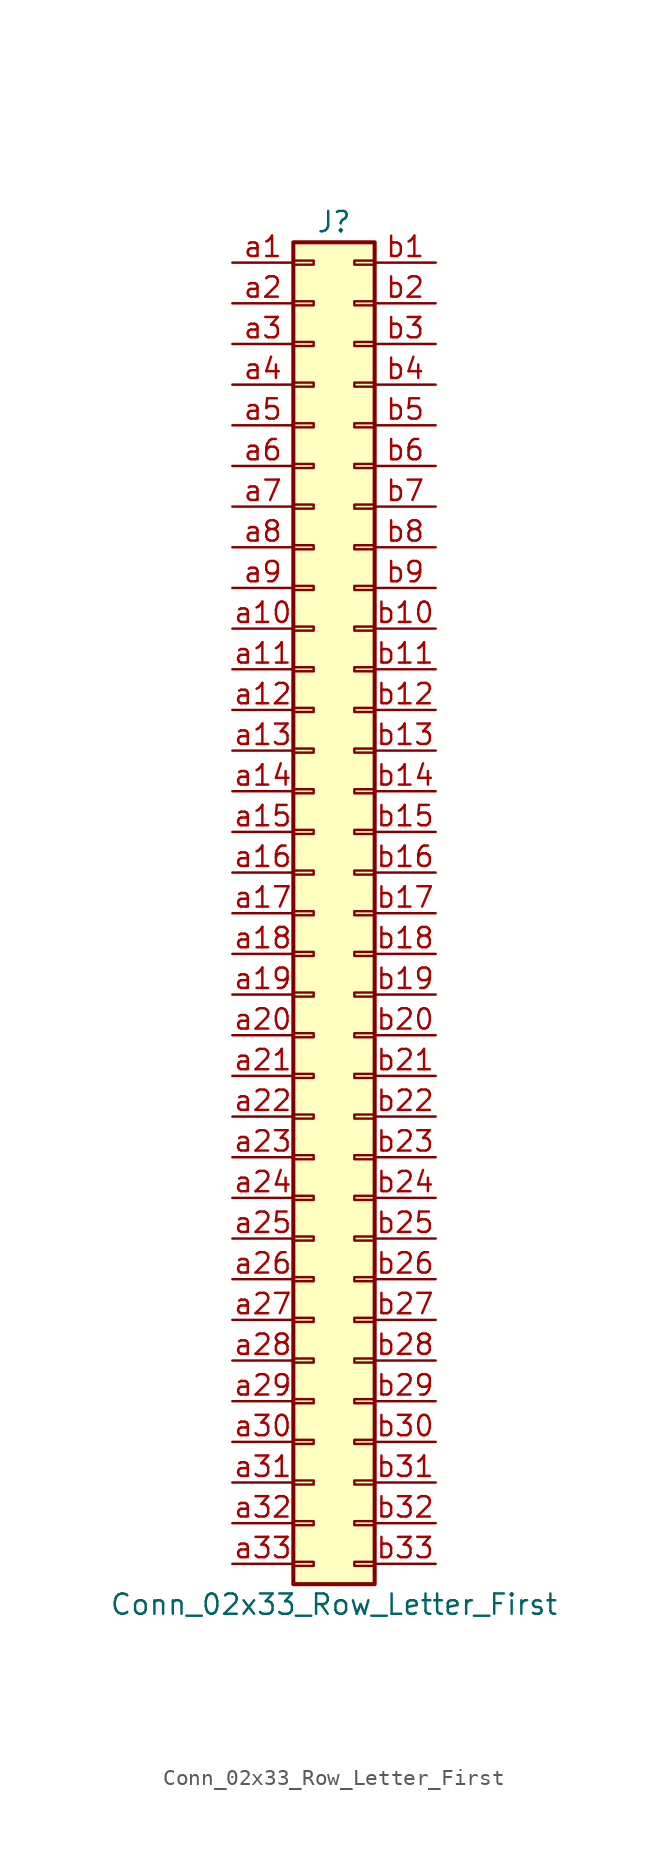
<source format=kicad_sym>
(kicad_symbol_lib
  (version 20201005)
  (generator kicad_symbol_editor)
  (symbol "Conn_02x33_Row_Letter_First"
    (pin_names
      (offset 1.016) hide)
    (property "Reference" "J"
      (at 1.27 43.18 0)
      (effects (font (size 1.27 1.27))))
    (property "Value" "Conn_02x33_Row_Letter_First"
      (at 1.27 -43.18 0)
      (effects (font (size 1.27 1.27))))
    (symbol "Conn_02x33_Row_Letter_First_1_1"
      (rectangle (start -1.27 -40.513) (end 0 -40.767) (stroke (width 0.152)) (fill (type none)))
      (rectangle (start -1.27 -37.973) (end 0 -38.227) (stroke (width 0.152)) (fill (type none)))
      (rectangle (start -1.27 -35.433) (end 0 -35.687) (stroke (width 0.152)) (fill (type none)))
      (rectangle (start -1.27 -32.893) (end 0 -33.147) (stroke (width 0.152)) (fill (type none)))
      (rectangle (start -1.27 -30.353) (end 0 -30.607) (stroke (width 0.152)) (fill (type none)))
      (rectangle (start -1.27 -27.813) (end 0 -28.067) (stroke (width 0.152)) (fill (type none)))
      (rectangle (start -1.27 -25.273) (end 0 -25.527) (stroke (width 0.152)) (fill (type none)))
      (rectangle (start -1.27 -22.733) (end 0 -22.987) (stroke (width 0.152)) (fill (type none)))
      (rectangle (start -1.27 -20.193) (end 0 -20.447) (stroke (width 0.152)) (fill (type none)))
      (rectangle (start -1.27 -17.653) (end 0 -17.907) (stroke (width 0.152)) (fill (type none)))
      (rectangle (start -1.27 -15.113) (end 0 -15.367) (stroke (width 0.152)) (fill (type none)))
      (rectangle (start -1.27 -12.573) (end 0 -12.827) (stroke (width 0.152)) (fill (type none)))
      (rectangle (start -1.27 -10.033) (end 0 -10.287) (stroke (width 0.152)) (fill (type none)))
      (rectangle (start -1.27 -7.493) (end 0 -7.747) (stroke (width 0.152)) (fill (type none)))
      (rectangle (start -1.27 -4.953) (end 0 -5.207) (stroke (width 0.152)) (fill (type none)))
      (rectangle (start -1.27 -2.413) (end 0 -2.667) (stroke (width 0.152)) (fill (type none)))
      (rectangle (start -1.27 0.127) (end 0 -0.127) (stroke (width 0.152)) (fill (type none)))
      (rectangle (start -1.27 2.667) (end 0 2.413) (stroke (width 0.152)) (fill (type none)))
      (rectangle (start -1.27 5.207) (end 0 4.953) (stroke (width 0.152)) (fill (type none)))
      (rectangle (start -1.27 7.747) (end 0 7.493) (stroke (width 0.152)) (fill (type none)))
      (rectangle (start -1.27 10.287) (end 0 10.033) (stroke (width 0.152)) (fill (type none)))
      (rectangle (start -1.27 12.827) (end 0 12.573) (stroke (width 0.152)) (fill (type none)))
      (rectangle (start -1.27 15.367) (end 0 15.113) (stroke (width 0.152)) (fill (type none)))
      (rectangle (start -1.27 17.907) (end 0 17.653) (stroke (width 0.152)) (fill (type none)))
      (rectangle (start -1.27 20.447) (end 0 20.193) (stroke (width 0.152)) (fill (type none)))
      (rectangle (start -1.27 22.987) (end 0 22.733) (stroke (width 0.152)) (fill (type none)))
      (rectangle (start -1.27 25.527) (end 0 25.273) (stroke (width 0.152)) (fill (type none)))
      (rectangle (start -1.27 28.067) (end 0 27.813) (stroke (width 0.152)) (fill (type none)))
      (rectangle (start -1.27 30.607) (end 0 30.353) (stroke (width 0.152)) (fill (type none)))
      (rectangle (start -1.27 33.147) (end 0 32.893) (stroke (width 0.152)) (fill (type none)))
      (rectangle (start -1.27 35.687) (end 0 35.433) (stroke (width 0.152)) (fill (type none)))
      (rectangle (start -1.27 38.227) (end 0 37.973) (stroke (width 0.152)) (fill (type none)))
      (rectangle (start -1.27 40.767) (end 0 40.513) (stroke (width 0.152)) (fill (type none)))
      (rectangle (start -1.27 41.91) (end 3.81 -41.91) (stroke (width 0.254)) (fill (type background)))
      (rectangle (start 3.81 -40.513) (end 2.54 -40.767) (stroke (width 0.152)) (fill (type none)))
      (rectangle (start 3.81 -37.973) (end 2.54 -38.227) (stroke (width 0.152)) (fill (type none)))
      (rectangle (start 3.81 -35.433) (end 2.54 -35.687) (stroke (width 0.152)) (fill (type none)))
      (rectangle (start 3.81 -32.893) (end 2.54 -33.147) (stroke (width 0.152)) (fill (type none)))
      (rectangle (start 3.81 -30.353) (end 2.54 -30.607) (stroke (width 0.152)) (fill (type none)))
      (rectangle (start 3.81 -27.813) (end 2.54 -28.067) (stroke (width 0.152)) (fill (type none)))
      (rectangle (start 3.81 -25.273) (end 2.54 -25.527) (stroke (width 0.152)) (fill (type none)))
      (rectangle (start 3.81 -22.733) (end 2.54 -22.987) (stroke (width 0.152)) (fill (type none)))
      (rectangle (start 3.81 -20.193) (end 2.54 -20.447) (stroke (width 0.152)) (fill (type none)))
      (rectangle (start 3.81 -17.653) (end 2.54 -17.907) (stroke (width 0.152)) (fill (type none)))
      (rectangle (start 3.81 -15.113) (end 2.54 -15.367) (stroke (width 0.152)) (fill (type none)))
      (rectangle (start 3.81 -12.573) (end 2.54 -12.827) (stroke (width 0.152)) (fill (type none)))
      (rectangle (start 3.81 -10.033) (end 2.54 -10.287) (stroke (width 0.152)) (fill (type none)))
      (rectangle (start 3.81 -7.493) (end 2.54 -7.747) (stroke (width 0.152)) (fill (type none)))
      (rectangle (start 3.81 -4.953) (end 2.54 -5.207) (stroke (width 0.152)) (fill (type none)))
      (rectangle (start 3.81 -2.413) (end 2.54 -2.667) (stroke (width 0.152)) (fill (type none)))
      (rectangle (start 3.81 0.127) (end 2.54 -0.127) (stroke (width 0.152)) (fill (type none)))
      (rectangle (start 3.81 2.667) (end 2.54 2.413) (stroke (width 0.152)) (fill (type none)))
      (rectangle (start 3.81 5.207) (end 2.54 4.953) (stroke (width 0.152)) (fill (type none)))
      (rectangle (start 3.81 7.747) (end 2.54 7.493) (stroke (width 0.152)) (fill (type none)))
      (rectangle (start 3.81 10.287) (end 2.54 10.033) (stroke (width 0.152)) (fill (type none)))
      (rectangle (start 3.81 12.827) (end 2.54 12.573) (stroke (width 0.152)) (fill (type none)))
      (rectangle (start 3.81 15.367) (end 2.54 15.113) (stroke (width 0.152)) (fill (type none)))
      (rectangle (start 3.81 17.907) (end 2.54 17.653) (stroke (width 0.152)) (fill (type none)))
      (rectangle (start 3.81 20.447) (end 2.54 20.193) (stroke (width 0.152)) (fill (type none)))
      (rectangle (start 3.81 22.987) (end 2.54 22.733) (stroke (width 0.152)) (fill (type none)))
      (rectangle (start 3.81 25.527) (end 2.54 25.273) (stroke (width 0.152)) (fill (type none)))
      (rectangle (start 3.81 28.067) (end 2.54 27.813) (stroke (width 0.152)) (fill (type none)))
      (rectangle (start 3.81 30.607) (end 2.54 30.353) (stroke (width 0.152)) (fill (type none)))
      (rectangle (start 3.81 33.147) (end 2.54 32.893) (stroke (width 0.152)) (fill (type none)))
      (rectangle (start 3.81 35.687) (end 2.54 35.433) (stroke (width 0.152)) (fill (type none)))
      (rectangle (start 3.81 38.227) (end 2.54 37.973) (stroke (width 0.152)) (fill (type none)))
      (rectangle (start 3.81 40.767) (end 2.54 40.513) (stroke (width 0.152)) (fill (type none)))
      (pin passive line (at -5.08 40.64 0) (length 3.81) (name "Pin_a1" (effects (font (size 1.27 1.27)))) (number "a1" (effects (font (size 1.27 1.27)))))
      (pin passive line (at -5.08 17.78 0) (length 3.81) (name "Pin_a10" (effects (font (size 1.27 1.27)))) (number "a10" (effects (font (size 1.27 1.27)))))
      (pin passive line (at -5.08 15.24 0) (length 3.81) (name "Pin_a11" (effects (font (size 1.27 1.27)))) (number "a11" (effects (font (size 1.27 1.27)))))
      (pin passive line (at -5.08 12.7 0) (length 3.81) (name "Pin_a12" (effects (font (size 1.27 1.27)))) (number "a12" (effects (font (size 1.27 1.27)))))
      (pin passive line (at -5.08 10.16 0) (length 3.81) (name "Pin_a13" (effects (font (size 1.27 1.27)))) (number "a13" (effects (font (size 1.27 1.27)))))
      (pin passive line (at -5.08 7.62 0) (length 3.81) (name "Pin_a14" (effects (font (size 1.27 1.27)))) (number "a14" (effects (font (size 1.27 1.27)))))
      (pin passive line (at -5.08 5.08 0) (length 3.81) (name "Pin_a15" (effects (font (size 1.27 1.27)))) (number "a15" (effects (font (size 1.27 1.27)))))
      (pin passive line (at -5.08 2.54 0) (length 3.81) (name "Pin_a16" (effects (font (size 1.27 1.27)))) (number "a16" (effects (font (size 1.27 1.27)))))
      (pin passive line (at -5.08 0 0) (length 3.81) (name "Pin_a17" (effects (font (size 1.27 1.27)))) (number "a17" (effects (font (size 1.27 1.27)))))
      (pin passive line (at -5.08 -2.54 0) (length 3.81) (name "Pin_a18" (effects (font (size 1.27 1.27)))) (number "a18" (effects (font (size 1.27 1.27)))))
      (pin passive line (at -5.08 -5.08 0) (length 3.81) (name "Pin_a19" (effects (font (size 1.27 1.27)))) (number "a19" (effects (font (size 1.27 1.27)))))
      (pin passive line (at -5.08 38.1 0) (length 3.81) (name "Pin_a2" (effects (font (size 1.27 1.27)))) (number "a2" (effects (font (size 1.27 1.27)))))
      (pin passive line (at -5.08 -7.62 0) (length 3.81) (name "Pin_a20" (effects (font (size 1.27 1.27)))) (number "a20" (effects (font (size 1.27 1.27)))))
      (pin passive line (at -5.08 -10.16 0) (length 3.81) (name "Pin_a21" (effects (font (size 1.27 1.27)))) (number "a21" (effects (font (size 1.27 1.27)))))
      (pin passive line (at -5.08 -12.7 0) (length 3.81) (name "Pin_a22" (effects (font (size 1.27 1.27)))) (number "a22" (effects (font (size 1.27 1.27)))))
      (pin passive line (at -5.08 -15.24 0) (length 3.81) (name "Pin_a23" (effects (font (size 1.27 1.27)))) (number "a23" (effects (font (size 1.27 1.27)))))
      (pin passive line (at -5.08 -17.78 0) (length 3.81) (name "Pin_a24" (effects (font (size 1.27 1.27)))) (number "a24" (effects (font (size 1.27 1.27)))))
      (pin passive line (at -5.08 -20.32 0) (length 3.81) (name "Pin_a25" (effects (font (size 1.27 1.27)))) (number "a25" (effects (font (size 1.27 1.27)))))
      (pin passive line (at -5.08 -22.86 0) (length 3.81) (name "Pin_a26" (effects (font (size 1.27 1.27)))) (number "a26" (effects (font (size 1.27 1.27)))))
      (pin passive line (at -5.08 -25.4 0) (length 3.81) (name "Pin_a27" (effects (font (size 1.27 1.27)))) (number "a27" (effects (font (size 1.27 1.27)))))
      (pin passive line (at -5.08 -27.94 0) (length 3.81) (name "Pin_a28" (effects (font (size 1.27 1.27)))) (number "a28" (effects (font (size 1.27 1.27)))))
      (pin passive line (at -5.08 -30.48 0) (length 3.81) (name "Pin_a29" (effects (font (size 1.27 1.27)))) (number "a29" (effects (font (size 1.27 1.27)))))
      (pin passive line (at -5.08 35.56 0) (length 3.81) (name "Pin_a3" (effects (font (size 1.27 1.27)))) (number "a3" (effects (font (size 1.27 1.27)))))
      (pin passive line (at -5.08 -33.02 0) (length 3.81) (name "Pin_a30" (effects (font (size 1.27 1.27)))) (number "a30" (effects (font (size 1.27 1.27)))))
      (pin passive line (at -5.08 -35.56 0) (length 3.81) (name "Pin_a31" (effects (font (size 1.27 1.27)))) (number "a31" (effects (font (size 1.27 1.27)))))
      (pin passive line (at -5.08 -38.1 0) (length 3.81) (name "Pin_a32" (effects (font (size 1.27 1.27)))) (number "a32" (effects (font (size 1.27 1.27)))))
      (pin passive line (at -5.08 -40.64 0) (length 3.81) (name "Pin_a33" (effects (font (size 1.27 1.27)))) (number "a33" (effects (font (size 1.27 1.27)))))
      (pin passive line (at -5.08 33.02 0) (length 3.81) (name "Pin_a4" (effects (font (size 1.27 1.27)))) (number "a4" (effects (font (size 1.27 1.27)))))
      (pin passive line (at -5.08 30.48 0) (length 3.81) (name "Pin_a5" (effects (font (size 1.27 1.27)))) (number "a5" (effects (font (size 1.27 1.27)))))
      (pin passive line (at -5.08 27.94 0) (length 3.81) (name "Pin_a6" (effects (font (size 1.27 1.27)))) (number "a6" (effects (font (size 1.27 1.27)))))
      (pin passive line (at -5.08 25.4 0) (length 3.81) (name "Pin_a7" (effects (font (size 1.27 1.27)))) (number "a7" (effects (font (size 1.27 1.27)))))
      (pin passive line (at -5.08 22.86 0) (length 3.81) (name "Pin_a8" (effects (font (size 1.27 1.27)))) (number "a8" (effects (font (size 1.27 1.27)))))
      (pin passive line (at -5.08 20.32 0) (length 3.81) (name "Pin_a9" (effects (font (size 1.27 1.27)))) (number "a9" (effects (font (size 1.27 1.27)))))
      (pin passive line (at 7.62 40.64 180) (length 3.81) (name "Pin_b1" (effects (font (size 1.27 1.27)))) (number "b1" (effects (font (size 1.27 1.27)))))
      (pin passive line (at 7.62 17.78 180) (length 3.81) (name "Pin_b10" (effects (font (size 1.27 1.27)))) (number "b10" (effects (font (size 1.27 1.27)))))
      (pin passive line (at 7.62 15.24 180) (length 3.81) (name "Pin_b11" (effects (font (size 1.27 1.27)))) (number "b11" (effects (font (size 1.27 1.27)))))
      (pin passive line (at 7.62 12.7 180) (length 3.81) (name "Pin_b12" (effects (font (size 1.27 1.27)))) (number "b12" (effects (font (size 1.27 1.27)))))
      (pin passive line (at 7.62 10.16 180) (length 3.81) (name "Pin_b13" (effects (font (size 1.27 1.27)))) (number "b13" (effects (font (size 1.27 1.27)))))
      (pin passive line (at 7.62 7.62 180) (length 3.81) (name "Pin_b14" (effects (font (size 1.27 1.27)))) (number "b14" (effects (font (size 1.27 1.27)))))
      (pin passive line (at 7.62 5.08 180) (length 3.81) (name "Pin_b15" (effects (font (size 1.27 1.27)))) (number "b15" (effects (font (size 1.27 1.27)))))
      (pin passive line (at 7.62 2.54 180) (length 3.81) (name "Pin_b16" (effects (font (size 1.27 1.27)))) (number "b16" (effects (font (size 1.27 1.27)))))
      (pin passive line (at 7.62 0 180) (length 3.81) (name "Pin_b17" (effects (font (size 1.27 1.27)))) (number "b17" (effects (font (size 1.27 1.27)))))
      (pin passive line (at 7.62 -2.54 180) (length 3.81) (name "Pin_b18" (effects (font (size 1.27 1.27)))) (number "b18" (effects (font (size 1.27 1.27)))))
      (pin passive line (at 7.62 -5.08 180) (length 3.81) (name "Pin_b19" (effects (font (size 1.27 1.27)))) (number "b19" (effects (font (size 1.27 1.27)))))
      (pin passive line (at 7.62 38.1 180) (length 3.81) (name "Pin_b2" (effects (font (size 1.27 1.27)))) (number "b2" (effects (font (size 1.27 1.27)))))
      (pin passive line (at 7.62 -7.62 180) (length 3.81) (name "Pin_b20" (effects (font (size 1.27 1.27)))) (number "b20" (effects (font (size 1.27 1.27)))))
      (pin passive line (at 7.62 -10.16 180) (length 3.81) (name "Pin_b21" (effects (font (size 1.27 1.27)))) (number "b21" (effects (font (size 1.27 1.27)))))
      (pin passive line (at 7.62 -12.7 180) (length 3.81) (name "Pin_b22" (effects (font (size 1.27 1.27)))) (number "b22" (effects (font (size 1.27 1.27)))))
      (pin passive line (at 7.62 -15.24 180) (length 3.81) (name "Pin_b23" (effects (font (size 1.27 1.27)))) (number "b23" (effects (font (size 1.27 1.27)))))
      (pin passive line (at 7.62 -17.78 180) (length 3.81) (name "Pin_b24" (effects (font (size 1.27 1.27)))) (number "b24" (effects (font (size 1.27 1.27)))))
      (pin passive line (at 7.62 -20.32 180) (length 3.81) (name "Pin_b25" (effects (font (size 1.27 1.27)))) (number "b25" (effects (font (size 1.27 1.27)))))
      (pin passive line (at 7.62 -22.86 180) (length 3.81) (name "Pin_b26" (effects (font (size 1.27 1.27)))) (number "b26" (effects (font (size 1.27 1.27)))))
      (pin passive line (at 7.62 -25.4 180) (length 3.81) (name "Pin_b27" (effects (font (size 1.27 1.27)))) (number "b27" (effects (font (size 1.27 1.27)))))
      (pin passive line (at 7.62 -27.94 180) (length 3.81) (name "Pin_b28" (effects (font (size 1.27 1.27)))) (number "b28" (effects (font (size 1.27 1.27)))))
      (pin passive line (at 7.62 -30.48 180) (length 3.81) (name "Pin_b29" (effects (font (size 1.27 1.27)))) (number "b29" (effects (font (size 1.27 1.27)))))
      (pin passive line (at 7.62 35.56 180) (length 3.81) (name "Pin_b3" (effects (font (size 1.27 1.27)))) (number "b3" (effects (font (size 1.27 1.27)))))
      (pin passive line (at 7.62 -33.02 180) (length 3.81) (name "Pin_b30" (effects (font (size 1.27 1.27)))) (number "b30" (effects (font (size 1.27 1.27)))))
      (pin passive line (at 7.62 -35.56 180) (length 3.81) (name "Pin_b31" (effects (font (size 1.27 1.27)))) (number "b31" (effects (font (size 1.27 1.27)))))
      (pin passive line (at 7.62 -38.1 180) (length 3.81) (name "Pin_b32" (effects (font (size 1.27 1.27)))) (number "b32" (effects (font (size 1.27 1.27)))))
      (pin passive line (at 7.62 -40.64 180) (length 3.81) (name "Pin_b33" (effects (font (size 1.27 1.27)))) (number "b33" (effects (font (size 1.27 1.27)))))
      (pin passive line (at 7.62 33.02 180) (length 3.81) (name "Pin_b4" (effects (font (size 1.27 1.27)))) (number "b4" (effects (font (size 1.27 1.27)))))
      (pin passive line (at 7.62 30.48 180) (length 3.81) (name "Pin_b5" (effects (font (size 1.27 1.27)))) (number "b5" (effects (font (size 1.27 1.27)))))
      (pin passive line (at 7.62 27.94 180) (length 3.81) (name "Pin_b6" (effects (font (size 1.27 1.27)))) (number "b6" (effects (font (size 1.27 1.27)))))
      (pin passive line (at 7.62 25.4 180) (length 3.81) (name "Pin_b7" (effects (font (size 1.27 1.27)))) (number "b7" (effects (font (size 1.27 1.27)))))
      (pin passive line (at 7.62 22.86 180) (length 3.81) (name "Pin_b8" (effects (font (size 1.27 1.27)))) (number "b8" (effects (font (size 1.27 1.27)))))
      (pin passive line (at 7.62 20.32 180) (length 3.81) (name "Pin_b9" (effects (font (size 1.27 1.27)))) (number "b9" (effects (font (size 1.27 1.27))))))))
</source>
